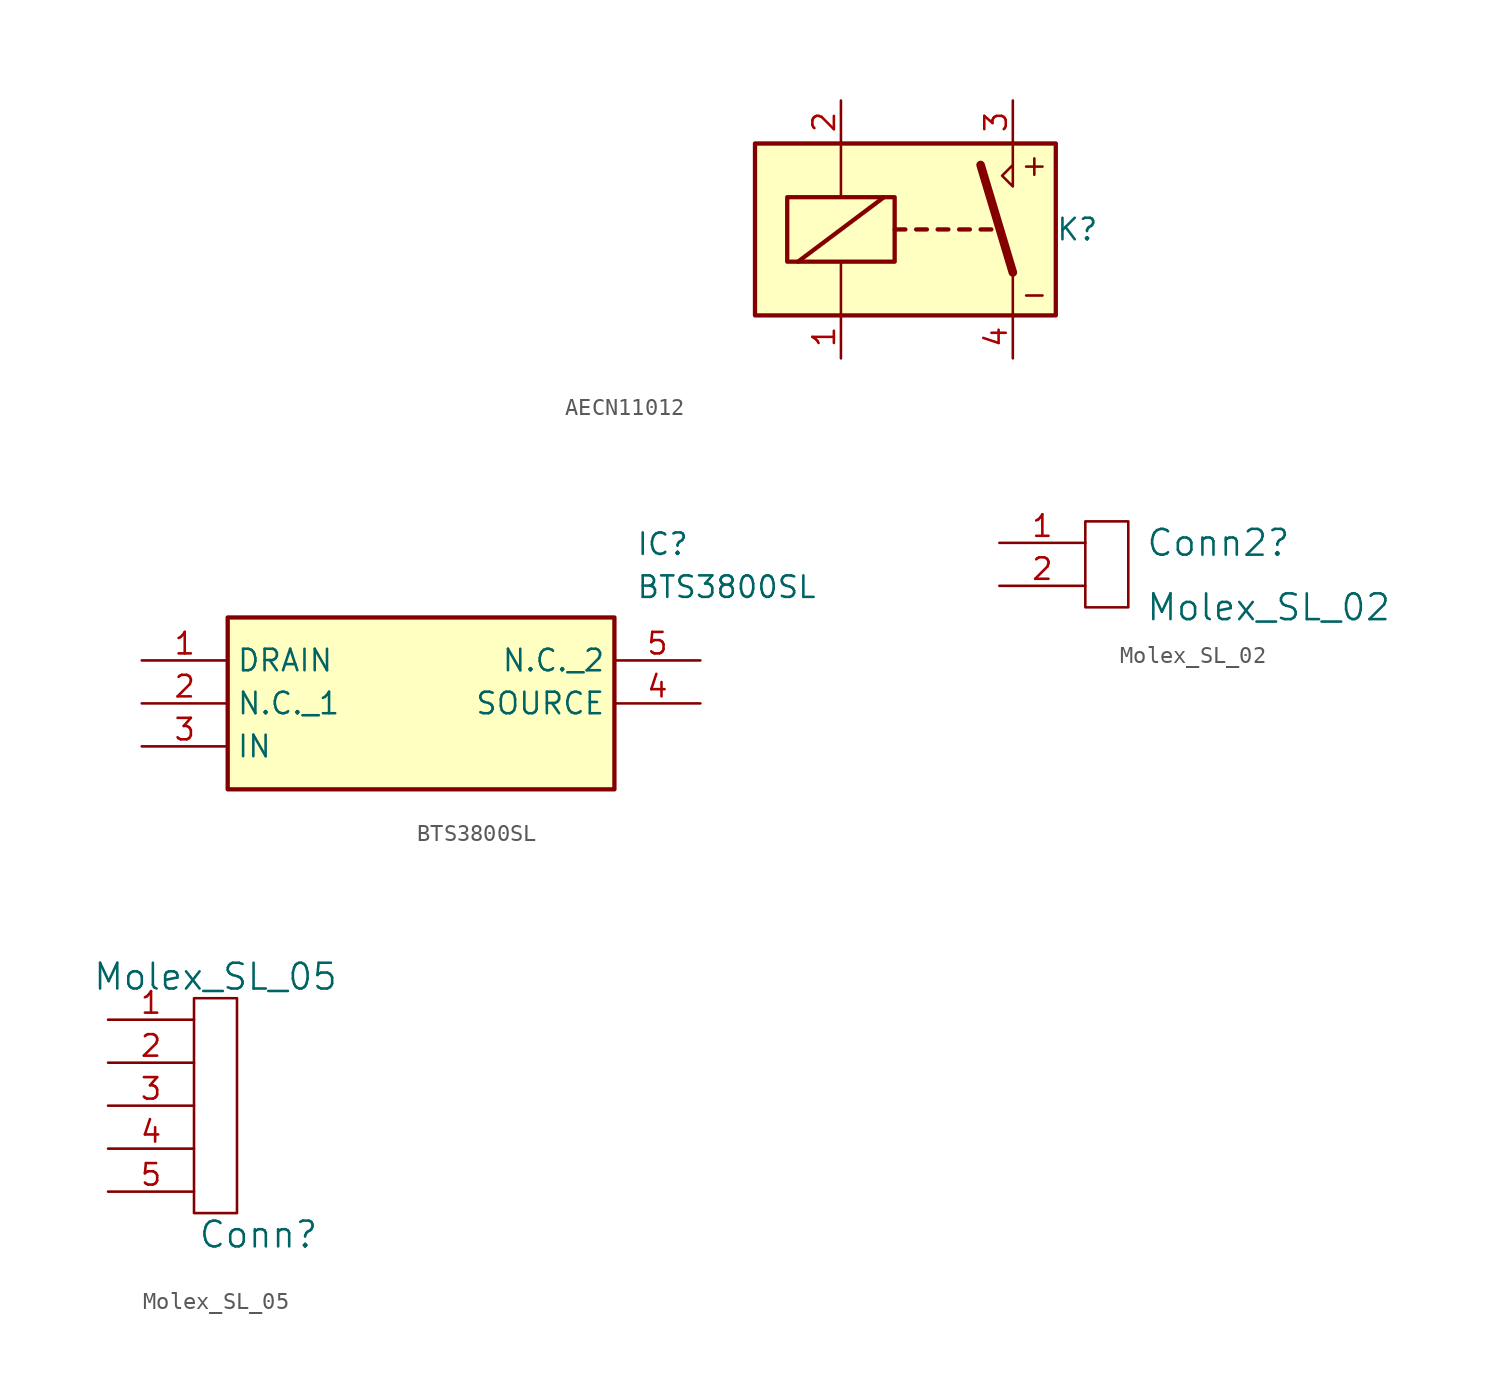
<source format=kicad_sym>
(kicad_symbol_lib
  (version 20220914)
  (generator kicad_symbol_editor)
  (symbol "AECN11012"
    (property "Reference" "K"
      (at 19.05 -5.08 0)
      (effects (font (size 1.27 1.27))))
    (property "Value" ""
      (at -34.925 -1.905 0)
      (effects (font (size 1.27 1.27))))
    (symbol "AECN11012_0_0"
      (polyline (pts (xy 15.24 0) (xy 15.24 -2.54) (xy 14.605 -1.905) (xy 15.24 -1.27)) (stroke (width 0) (type default)) (fill (type none))))
    (symbol "AECN11012_0_1"
      (polyline (pts (xy 2.54 -6.985) (xy 7.62 -3.175)) (stroke (width 0.254) (type default)) (fill (type none)))
      (polyline (pts (xy 5.08 -10.16) (xy 5.08 -6.985)) (stroke (width 0) (type default)) (fill (type none)))
      (polyline (pts (xy 5.08 0) (xy 5.08 -3.175)) (stroke (width 0) (type default)) (fill (type none)))
      (polyline (pts (xy 8.255 -5.08) (xy 8.89 -5.08)) (stroke (width 0.254) (type default)) (fill (type none)))
      (polyline (pts (xy 9.525 -5.08) (xy 10.16 -5.08)) (stroke (width 0.254) (type default)) (fill (type none)))
      (polyline (pts (xy 10.795 -5.08) (xy 11.43 -5.08)) (stroke (width 0.254) (type default)) (fill (type none)))
      (polyline (pts (xy 12.065 -5.08) (xy 12.7 -5.08)) (stroke (width 0.254) (type default)) (fill (type none)))
      (polyline (pts (xy 13.335 -5.08) (xy 13.97 -5.08)) (stroke (width 0.254) (type default)) (fill (type none)))
      (polyline (pts (xy 15.24 -7.62) (xy 13.335 -1.27)) (stroke (width 0.508) (type default)) (fill (type none)))
      (polyline (pts (xy 15.24 -7.62) (xy 15.24 -10.16)) (stroke (width 0) (type default)) (fill (type none)))
      (rectangle (start 0 0) (end 17.78 -10.16) (stroke (width 0.254) (type default)) (fill (type background)))
      (rectangle (start 1.905 -3.175) (end 8.255 -6.985) (stroke (width 0.254) (type default)) (fill (type none))))
    (symbol "AECN11012_1_1"
      (text "+" (at 16.51 -1.27 0) (effects (font (size 1.27 1.27))))
      (text "-" (at 16.51 -8.89 0) (effects (font (size 1.27 1.27))))
      (pin input line (at 5.08 -12.7 90) (length 2.54) (name "" (effects (font (size 1.27 1.27)))) (number "1" (effects (font (size 1.27 1.27)))))
      (pin input line (at 5.08 2.54 270) (length 2.54) (name "" (effects (font (size 1.27 1.27)))) (number "2" (effects (font (size 1.27 1.27)))))
      (pin input line (at 15.24 2.54 270) (length 2.54) (name "" (effects (font (size 1.27 1.27)))) (number "3" (effects (font (size 1.27 1.27)))))
      (pin input line (at 15.24 -12.7 90) (length 2.54) (name "" (effects (font (size 1.27 1.27)))) (number "4" (effects (font (size 1.27 1.27)))))))
  (symbol "BTS3800SL"
    (property "Reference" "IC"
      (at 29.21 7.62 0)
      (effects (font (size 1.27 1.27)) (justify left top)))
    (property "Value" "BTS3800SL"
      (at 29.21 5.08 0)
      (effects (font (size 1.27 1.27)) (justify left top)))
    (symbol "BTS3800SL_1_1"
      (rectangle (start 5.08 2.54) (end 27.94 -7.62) (stroke (width 0.254) (type default)) (fill (type background)))
      (pin passive line (at 0 0 0) (length 5.08) (name "DRAIN" (effects (font (size 1.27 1.27)))) (number "1" (effects (font (size 1.27 1.27)))))
      (pin passive line (at 0 -2.54 0) (length 5.08) (name "N.C._1" (effects (font (size 1.27 1.27)))) (number "2" (effects (font (size 1.27 1.27)))))
      (pin passive line (at 0 -5.08 0) (length 5.08) (name "IN" (effects (font (size 1.27 1.27)))) (number "3" (effects (font (size 1.27 1.27)))))
      (pin passive line (at 33.02 -2.54 180) (length 5.08) (name "SOURCE" (effects (font (size 1.27 1.27)))) (number "4" (effects (font (size 1.27 1.27)))))
      (pin passive line (at 33.02 0 180) (length 5.08) (name "N.C._2" (effects (font (size 1.27 1.27)))) (number "5" (effects (font (size 1.27 1.27)))))))
  (symbol "Molex_SL_02"
    (pin_names
      (offset 1.016))
    (property "Reference" "Conn2"
      (at 3.556 3.81 0)
      (effects (font (size 1.524 1.524)) (justify left)))
    (property "Value" "Molex_SL_02"
      (at 3.556 0 0)
      (effects (font (size 1.524 1.524)) (justify left)))
    (symbol "Molex_SL_02_0_1"
      (rectangle (start 0 5.08) (end 2.54 0) (stroke (width 0) (type default)) (fill (type none))))
    (symbol "Molex_SL_02_1_1"
      (pin input line (at -5.08 3.81 0) (length 5.08) (name "~" (effects (font (size 1.27 1.27)))) (number "1" (effects (font (size 1.27 1.27)))))
      (pin input line (at -5.08 1.27 0) (length 5.08) (name "~" (effects (font (size 1.27 1.27)))) (number "2" (effects (font (size 1.27 1.27)))))))
  (symbol "Molex_SL_05"
    (pin_names
      (offset 1.016))
    (property "Reference" "Conn"
      (at 3.81 -1.27 0)
      (effects (font (size 1.524 1.524))))
    (property "Value" "Molex_SL_05"
      (at 1.27 13.97 0)
      (effects (font (size 1.524 1.524))))
    (symbol "Molex_SL_05_0_1"
      (rectangle (start 0 12.7) (end 2.54 0) (stroke (width 0) (type default)) (fill (type none))))
    (symbol "Molex_SL_05_1_1"
      (pin input line (at -5.08 11.43 0) (length 5.08) (name "~" (effects (font (size 1.27 1.27)))) (number "1" (effects (font (size 1.27 1.27)))))
      (pin input line (at -5.08 8.89 0) (length 5.08) (name "~" (effects (font (size 1.27 1.27)))) (number "2" (effects (font (size 1.27 1.27)))))
      (pin input line (at -5.08 6.35 0) (length 5.08) (name "~" (effects (font (size 1.27 1.27)))) (number "3" (effects (font (size 1.27 1.27)))))
      (pin input line (at -5.08 3.81 0) (length 5.08) (name "~" (effects (font (size 1.27 1.27)))) (number "4" (effects (font (size 1.27 1.27)))))
      (pin input line (at -5.08 1.27 0) (length 5.08) (name "~" (effects (font (size 1.27 1.27)))) (number "5" (effects (font (size 1.27 1.27))))))))
</source>
